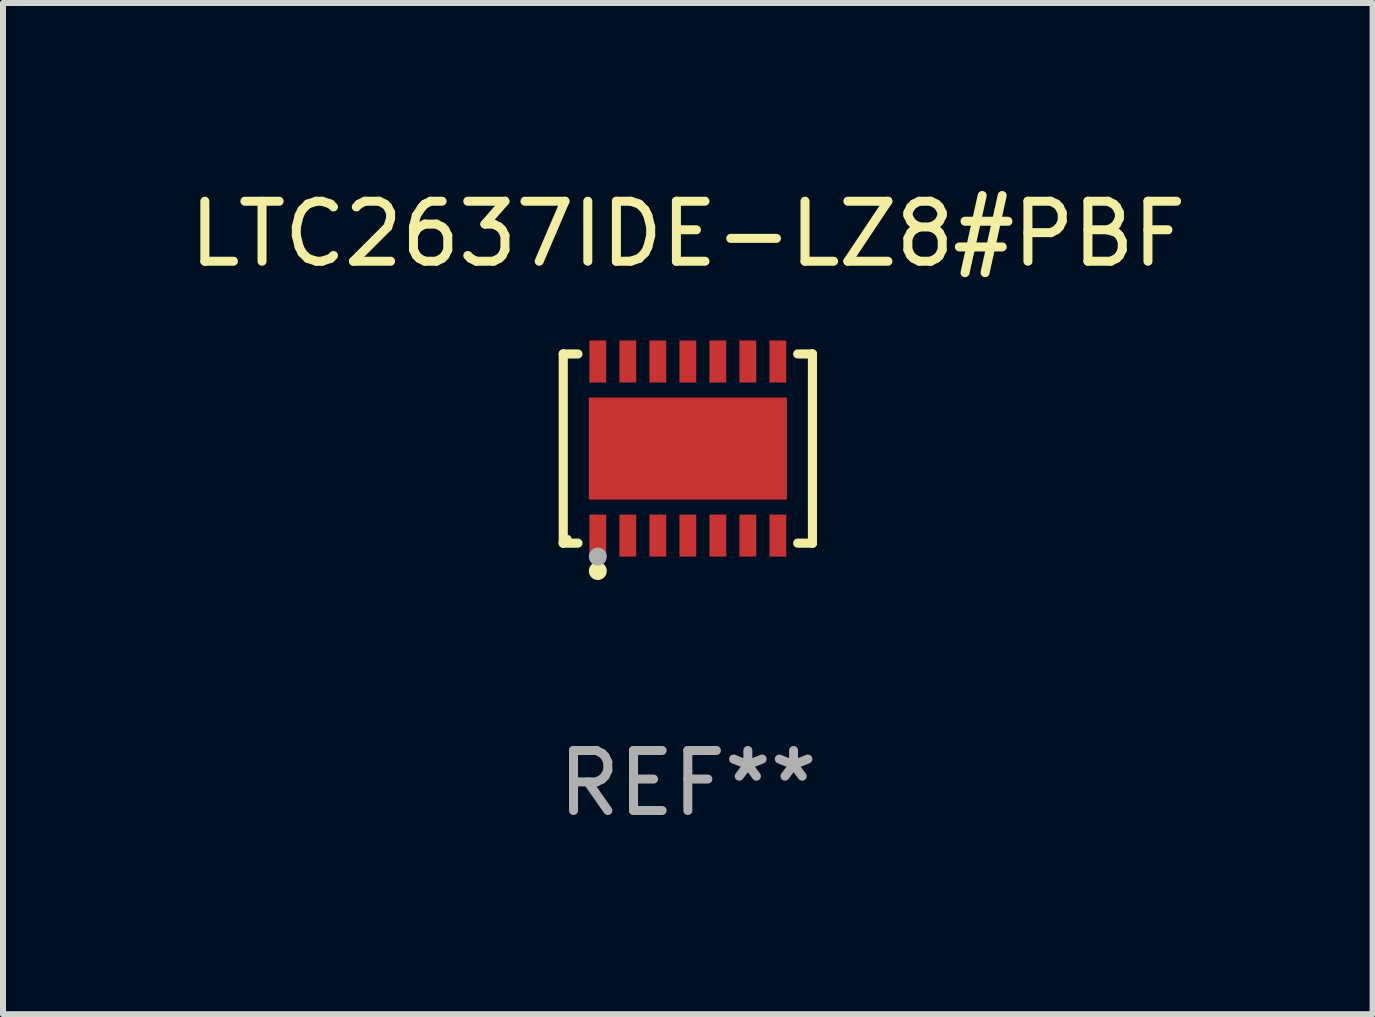
<source format=kicad_pcb>
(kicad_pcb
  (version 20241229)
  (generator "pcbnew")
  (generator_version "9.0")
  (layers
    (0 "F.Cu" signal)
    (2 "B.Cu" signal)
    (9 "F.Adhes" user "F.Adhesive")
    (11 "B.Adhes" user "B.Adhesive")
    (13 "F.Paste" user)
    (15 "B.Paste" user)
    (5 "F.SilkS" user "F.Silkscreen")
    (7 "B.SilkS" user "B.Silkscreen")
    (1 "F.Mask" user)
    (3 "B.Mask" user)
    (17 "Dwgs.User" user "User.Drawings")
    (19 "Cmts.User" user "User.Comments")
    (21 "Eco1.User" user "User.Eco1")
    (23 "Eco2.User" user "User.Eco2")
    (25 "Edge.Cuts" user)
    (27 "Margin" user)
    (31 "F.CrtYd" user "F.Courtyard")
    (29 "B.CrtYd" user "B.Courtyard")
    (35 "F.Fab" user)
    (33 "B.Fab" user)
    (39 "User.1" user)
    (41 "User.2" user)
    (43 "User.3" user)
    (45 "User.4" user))
  (footprint "LTC2637IDE-LZ8#PBF"
    (layer "F.Cu")
    (at 8.411 4.424)
    (property "Reference" "LTC2637IDE-LZ8#PBF" (at 0 -3.576 0) (layer "F.SilkS") (effects (font (size 1 1) (thickness 0.15))))
    (attr through_hole)
    (fp_line (start -2.076 -1.576) (end -2.076 -1.576) (stroke (width 0.152) (type solid)) (layer "F.SilkS"))
    (fp_line (start -2.076 -1.576) (end -1.831 -1.576) (stroke (width 0.152) (type solid)) (layer "F.SilkS"))
    (fp_line (start -2.076 1.576) (end -2.076 -1.576) (stroke (width 0.152) (type solid)) (layer "F.SilkS"))
    (fp_line (start -2.076 1.576) (end -2.076 1.576) (stroke (width 0.152) (type solid)) (layer "F.SilkS"))
    (fp_line (start -1.831 1.576) (end -2.076 1.576) (stroke (width 0.152) (type solid)) (layer "F.SilkS"))
    (fp_line (start 1.831 1.576) (end 2.076 1.576) (stroke (width 0.152) (type solid)) (layer "F.SilkS"))
    (fp_line (start 2.076 -1.576) (end 1.831 -1.576) (stroke (width 0.152) (type solid)) (layer "F.SilkS"))
    (fp_line (start 2.076 -1.576) (end 2.076 -1.576) (stroke (width 0.152) (type solid)) (layer "F.SilkS"))
    (fp_line (start 2.076 1.576) (end 2.076 -1.576) (stroke (width 0.152) (type solid)) (layer "F.SilkS"))
    (fp_line (start 2.076 1.576) (end 2.076 1.576) (stroke (width 0.152) (type solid)) (layer "F.SilkS"))
    (fp_circle (center -2 1.5) (end -1.97 1.5) (stroke (width 0.06) (type solid)) (fill no) (layer "F.SilkS"))
    (fp_circle (center -1.5 2.04) (end -1.425 2.04) (stroke (width 0.15) (type solid)) (fill no) (layer "F.SilkS"))
    (fp_circle (center -1.5 1.8) (end -1.425 1.8) (stroke (width 0.15) (type solid)) (fill no) (layer "F.Fab"))
    (fp_text user "REF**" (at 0 5.576 0) (layer "F.Fab") (effects (font (size 1 1) (thickness 0.15))))
    (pad "1" smd rect (at -1.5 1.45) (size 0.28 0.7) (layers "F.Cu" "F.Mask" "F.Paste"))
    (pad "2" smd rect (at -1 1.45) (size 0.28 0.7) (layers "F.Cu" "F.Mask" "F.Paste"))
    (pad "3" smd rect (at -0.5 1.45) (size 0.28 0.7) (layers "F.Cu" "F.Mask" "F.Paste"))
    (pad "4" smd rect (at 0 1.45) (size 0.28 0.7) (layers "F.Cu" "F.Mask" "F.Paste"))
    (pad "5" smd rect (at 0.5 1.45) (size 0.28 0.7) (layers "F.Cu" "F.Mask" "F.Paste"))
    (pad "6" smd rect (at 1 1.45) (size 0.28 0.7) (layers "F.Cu" "F.Mask" "F.Paste"))
    (pad "7" smd rect (at 1.5 1.45) (size 0.28 0.7) (layers "F.Cu" "F.Mask" "F.Paste"))
    (pad "8" smd rect (at 1.5 -1.45) (size 0.28 0.7) (layers "F.Cu" "F.Mask" "F.Paste"))
    (pad "9" smd rect (at 1 -1.45) (size 0.28 0.7) (layers "F.Cu" "F.Mask" "F.Paste"))
    (pad "10" smd rect (at 0.5 -1.45) (size 0.28 0.7) (layers "F.Cu" "F.Mask" "F.Paste"))
    (pad "11" smd rect (at 0 -1.45) (size 0.28 0.7) (layers "F.Cu" "F.Mask" "F.Paste"))
    (pad "12" smd rect (at -0.5 -1.45) (size 0.28 0.7) (layers "F.Cu" "F.Mask" "F.Paste"))
    (pad "13" smd rect (at -1 -1.45) (size 0.28 0.7) (layers "F.Cu" "F.Mask" "F.Paste"))
    (pad "14" smd rect (at -1.5 -1.45) (size 0.28 0.7) (layers "F.Cu" "F.Mask" "F.Paste"))
    (pad "15" smd rect (at 0 0) (size 3.3 1.7) (layers "F.Cu" "F.Mask" "F.Paste")))
  (gr_rect
    (start -3 -3)
    (end 19.821 13.849)
    (stroke (width 0.1) (type default))
    (fill no)
    (layer "Edge.Cuts")))
</source>
